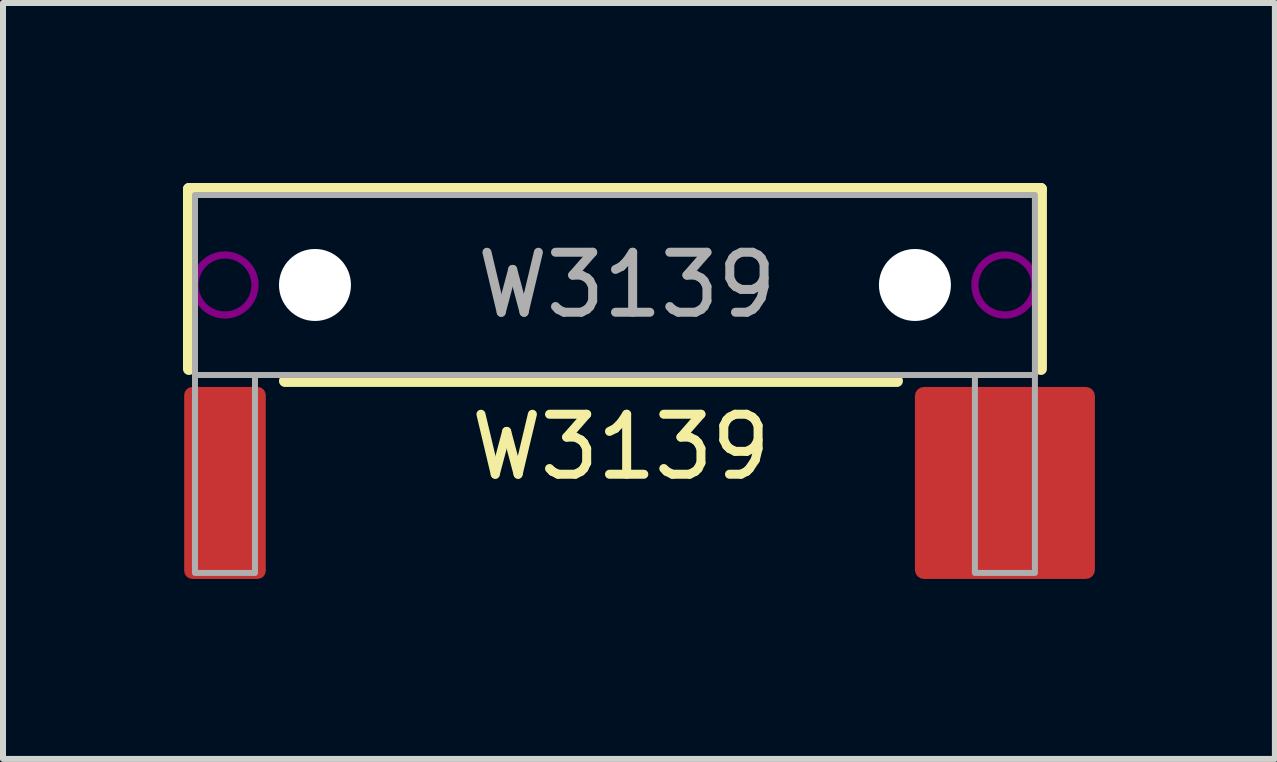
<source format=kicad_pcb>
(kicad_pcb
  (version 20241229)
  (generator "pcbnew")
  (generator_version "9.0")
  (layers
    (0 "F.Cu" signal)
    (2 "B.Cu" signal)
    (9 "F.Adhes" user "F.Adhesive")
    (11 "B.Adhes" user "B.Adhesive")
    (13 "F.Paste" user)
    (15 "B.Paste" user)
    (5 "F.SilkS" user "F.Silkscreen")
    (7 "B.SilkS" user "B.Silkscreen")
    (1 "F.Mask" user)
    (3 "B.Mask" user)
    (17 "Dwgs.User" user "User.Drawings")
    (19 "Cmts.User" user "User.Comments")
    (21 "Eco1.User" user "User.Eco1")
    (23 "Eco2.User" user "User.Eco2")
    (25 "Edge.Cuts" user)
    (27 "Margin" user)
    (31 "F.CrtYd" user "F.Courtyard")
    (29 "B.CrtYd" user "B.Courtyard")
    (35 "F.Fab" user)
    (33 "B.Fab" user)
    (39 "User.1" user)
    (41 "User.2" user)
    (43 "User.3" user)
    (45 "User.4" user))
  (footprint "W3139"
    (layer "F.Cu")
    (at 7.2 1.7)
    (property "Reference" "W3139" (at 0.1 2.7 0) (layer "F.SilkS") (effects (font (size 1 1) (thickness 0.15))))
    (attr smd)
    (fp_line (start -7.1 -1.6) (end 7.1 -1.6) (stroke (width 0.2) (type solid)) (layer "F.SilkS"))
    (fp_line (start -7.1 1.4) (end -7.1 -1.6) (stroke (width 0.2) (type solid)) (layer "F.SilkS"))
    (fp_line (start -5.5 1.6) (end 4.7 1.6) (stroke (width 0.2) (type solid)) (layer "F.SilkS"))
    (fp_line (start 7.1 -1.6) (end 7.1 1.4) (stroke (width 0.2) (type solid)) (layer "F.SilkS"))
    (fp_circle (center -6.5 0) (end -6 0) (stroke (width 0.12) (type solid)) (fill no) (layer "F.Adhes"))
    (fp_circle (center 6.5 0) (end 7 0) (stroke (width 0.12) (type solid)) (fill no) (layer "F.Adhes"))
    (fp_rect (start -7 1.5) (end -6 4.8) (stroke (width 0.1) (type solid)) (fill no) (layer "F.Fab"))
    (fp_rect (start -7 1.5) (end 7 -1.5) (stroke (width 0.1) (type solid)) (fill no) (layer "F.Fab"))
    (fp_rect (start 7 1.5) (end 6 4.8) (stroke (width 0.1) (type solid)) (fill no) (layer "F.Fab"))
    (fp_text user "${REFERENCE}" (at 0.2 0 0) (layer "F.Fab") (effects (font (size 1 1) (thickness 0.15))))
    (pad "" np_thru_hole circle (at -5 0) (size 1.2 1.2) (drill 1.3) (layers "*.Cu" "*.Mask"))
    (pad "" np_thru_hole circle (at 5 0) (size 1.2 1.2) (drill 1.3) (layers "*.Cu" "*.Mask"))
    (pad "1" smd roundrect (at -6.5 3.3) (size 1.36 3.2) (layers "F.Cu" "F.Mask" "F.Paste") (roundrect_rratio 0.1))
    (pad "2" smd roundrect (at 6.5 3.3) (size 3 3.2) (layers "F.Cu" "F.Mask" "F.Paste") (roundrect_rratio 0.05)))
  (gr_rect
    (start -3 -3)
    (end 18.2 9.6)
    (stroke (width 0.1) (type default))
    (fill no)
    (layer "Edge.Cuts")))
</source>
